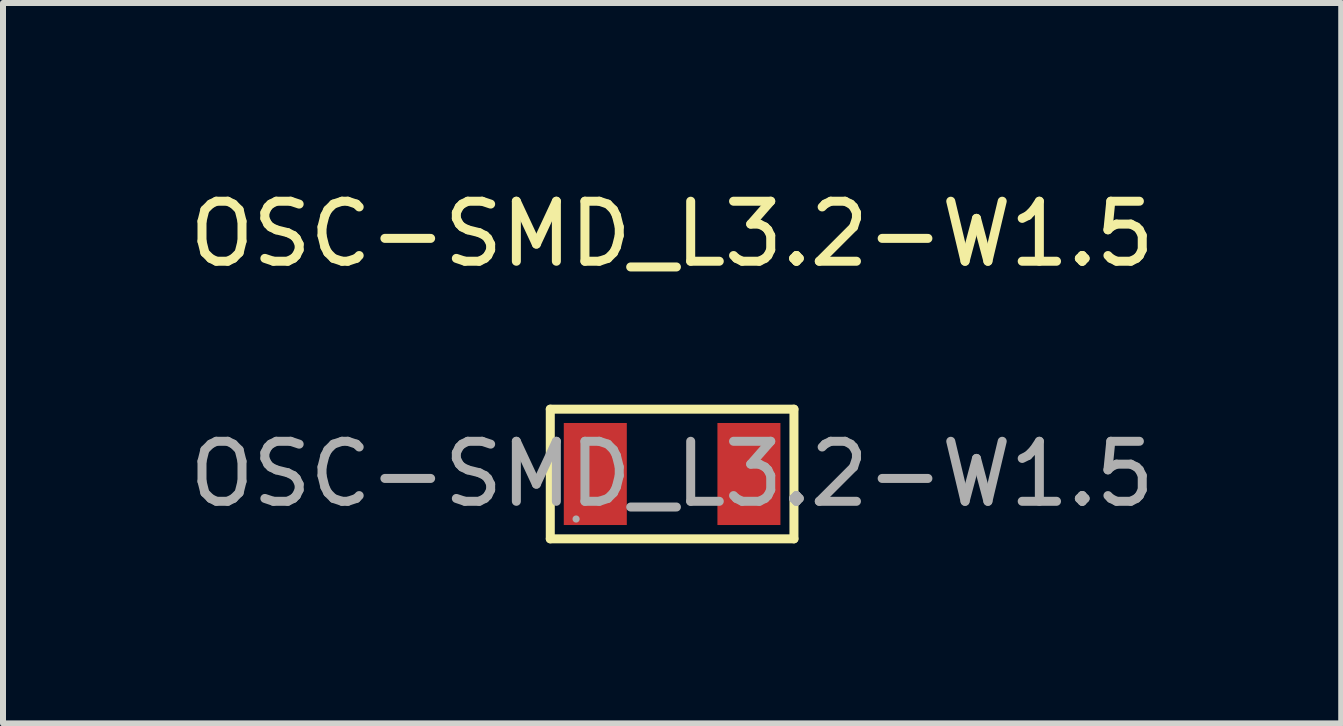
<source format=kicad_pcb>
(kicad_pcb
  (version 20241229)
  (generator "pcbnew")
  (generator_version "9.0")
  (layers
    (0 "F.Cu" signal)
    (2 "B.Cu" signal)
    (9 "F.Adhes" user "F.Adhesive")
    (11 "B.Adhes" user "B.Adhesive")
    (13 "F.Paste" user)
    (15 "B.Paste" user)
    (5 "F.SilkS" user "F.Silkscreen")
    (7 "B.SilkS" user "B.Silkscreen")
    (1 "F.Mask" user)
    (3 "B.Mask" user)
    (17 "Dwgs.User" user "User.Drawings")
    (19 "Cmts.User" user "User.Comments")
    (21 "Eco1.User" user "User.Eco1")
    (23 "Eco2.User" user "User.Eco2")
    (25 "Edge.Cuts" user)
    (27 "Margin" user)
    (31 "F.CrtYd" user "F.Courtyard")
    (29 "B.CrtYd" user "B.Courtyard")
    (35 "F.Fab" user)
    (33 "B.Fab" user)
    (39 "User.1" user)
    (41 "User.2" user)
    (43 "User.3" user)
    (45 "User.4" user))
  (footprint "OSC-SMD_L3.2-W1.5"
    (layer "F.Cu")
    (at 8.149 4.848)
    (property "Reference" "OSC-SMD_L3.2-W1.5" (at 0 -4 0) (layer "F.SilkS") (effects (font (size 1 1) (thickness 0.15))))
    (attr smd)
    (fp_line (start -2.03 -1.08) (end 2.03 -1.08) (stroke (width 0.15) (type solid)) (layer "F.SilkS"))
    (fp_line (start -2.03 1.08) (end -2.03 -1.08) (stroke (width 0.15) (type solid)) (layer "F.SilkS"))
    (fp_line (start 2.03 -1.08) (end 2.03 1.08) (stroke (width 0.15) (type solid)) (layer "F.SilkS"))
    (fp_line (start 2.03 1.08) (end -2.03 1.08) (stroke (width 0.15) (type solid)) (layer "F.SilkS"))
    (fp_circle (center -1.6 0.75) (end -1.57 0.75) (stroke (width 0.06) (type solid)) (fill no) (layer "F.Fab"))
    (fp_text user "${REFERENCE}" (at 0 0 0) (layer "F.Fab") (effects (font (size 1 1) (thickness 0.15))))
    (pad "1" smd rect (at -1.28 0) (size 1.05 1.7) (layers "F.Cu" "F.Mask" "F.Paste"))
    (pad "2" smd rect (at 1.28 0) (size 1.05 1.7) (layers "F.Cu" "F.Mask" "F.Paste")))
  (gr_rect
    (start -3 -3)
    (end 19.298 9.003)
    (stroke (width 0.1) (type default))
    (fill no)
    (layer "Edge.Cuts")))
</source>
